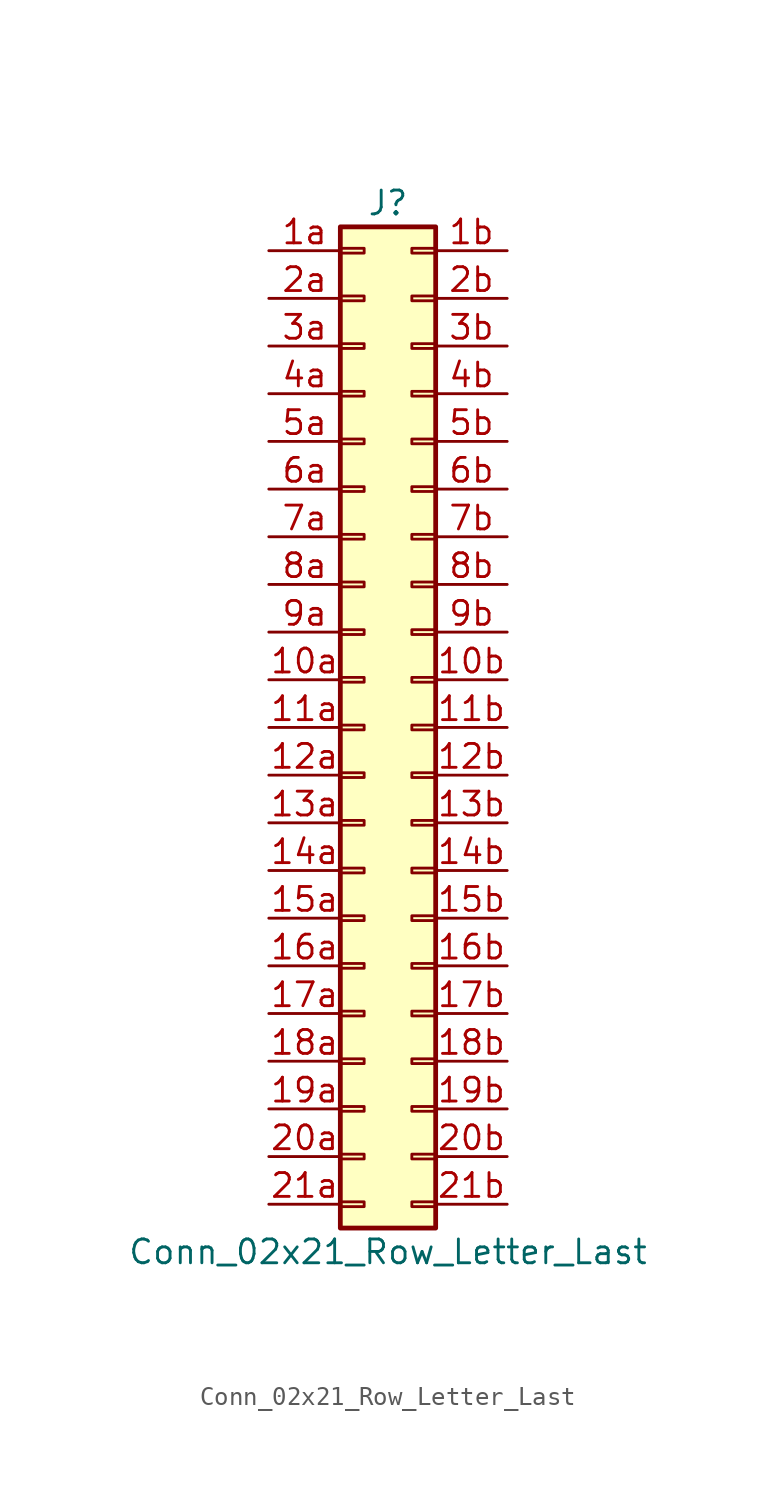
<source format=kicad_sym>
(kicad_symbol_lib
  (version 20201005)
  (generator kicad_symbol_editor)
  (symbol "Conn_02x21_Row_Letter_Last"
    (pin_names
      (offset 1.016) hide)
    (property "Reference" "J"
      (at 1.27 27.94 0)
      (effects (font (size 1.27 1.27))))
    (property "Value" "Conn_02x21_Row_Letter_Last"
      (at 1.27 -27.94 0)
      (effects (font (size 1.27 1.27))))
    (symbol "Conn_02x21_Row_Letter_Last_1_1"
      (rectangle (start -1.27 -25.273) (end 0 -25.527) (stroke (width 0.152)) (fill (type none)))
      (rectangle (start -1.27 -22.733) (end 0 -22.987) (stroke (width 0.152)) (fill (type none)))
      (rectangle (start -1.27 -20.193) (end 0 -20.447) (stroke (width 0.152)) (fill (type none)))
      (rectangle (start -1.27 -17.653) (end 0 -17.907) (stroke (width 0.152)) (fill (type none)))
      (rectangle (start -1.27 -15.113) (end 0 -15.367) (stroke (width 0.152)) (fill (type none)))
      (rectangle (start -1.27 -12.573) (end 0 -12.827) (stroke (width 0.152)) (fill (type none)))
      (rectangle (start -1.27 -10.033) (end 0 -10.287) (stroke (width 0.152)) (fill (type none)))
      (rectangle (start -1.27 -7.493) (end 0 -7.747) (stroke (width 0.152)) (fill (type none)))
      (rectangle (start -1.27 -4.953) (end 0 -5.207) (stroke (width 0.152)) (fill (type none)))
      (rectangle (start -1.27 -2.413) (end 0 -2.667) (stroke (width 0.152)) (fill (type none)))
      (rectangle (start -1.27 0.127) (end 0 -0.127) (stroke (width 0.152)) (fill (type none)))
      (rectangle (start -1.27 2.667) (end 0 2.413) (stroke (width 0.152)) (fill (type none)))
      (rectangle (start -1.27 5.207) (end 0 4.953) (stroke (width 0.152)) (fill (type none)))
      (rectangle (start -1.27 7.747) (end 0 7.493) (stroke (width 0.152)) (fill (type none)))
      (rectangle (start -1.27 10.287) (end 0 10.033) (stroke (width 0.152)) (fill (type none)))
      (rectangle (start -1.27 12.827) (end 0 12.573) (stroke (width 0.152)) (fill (type none)))
      (rectangle (start -1.27 15.367) (end 0 15.113) (stroke (width 0.152)) (fill (type none)))
      (rectangle (start -1.27 17.907) (end 0 17.653) (stroke (width 0.152)) (fill (type none)))
      (rectangle (start -1.27 20.447) (end 0 20.193) (stroke (width 0.152)) (fill (type none)))
      (rectangle (start -1.27 22.987) (end 0 22.733) (stroke (width 0.152)) (fill (type none)))
      (rectangle (start -1.27 25.527) (end 0 25.273) (stroke (width 0.152)) (fill (type none)))
      (rectangle (start 3.81 -25.273) (end 2.54 -25.527) (stroke (width 0.152)) (fill (type none)))
      (rectangle (start 3.81 -22.733) (end 2.54 -22.987) (stroke (width 0.152)) (fill (type none)))
      (rectangle (start 3.81 -20.193) (end 2.54 -20.447) (stroke (width 0.152)) (fill (type none)))
      (rectangle (start 3.81 -17.653) (end 2.54 -17.907) (stroke (width 0.152)) (fill (type none)))
      (rectangle (start 3.81 -15.113) (end 2.54 -15.367) (stroke (width 0.152)) (fill (type none)))
      (rectangle (start 3.81 -12.573) (end 2.54 -12.827) (stroke (width 0.152)) (fill (type none)))
      (rectangle (start 3.81 -10.033) (end 2.54 -10.287) (stroke (width 0.152)) (fill (type none)))
      (rectangle (start 3.81 -7.493) (end 2.54 -7.747) (stroke (width 0.152)) (fill (type none)))
      (rectangle (start 3.81 -4.953) (end 2.54 -5.207) (stroke (width 0.152)) (fill (type none)))
      (rectangle (start 3.81 -2.413) (end 2.54 -2.667) (stroke (width 0.152)) (fill (type none)))
      (rectangle (start 3.81 0.127) (end 2.54 -0.127) (stroke (width 0.152)) (fill (type none)))
      (rectangle (start 3.81 2.667) (end 2.54 2.413) (stroke (width 0.152)) (fill (type none)))
      (rectangle (start 3.81 5.207) (end 2.54 4.953) (stroke (width 0.152)) (fill (type none)))
      (rectangle (start 3.81 7.747) (end 2.54 7.493) (stroke (width 0.152)) (fill (type none)))
      (rectangle (start 3.81 10.287) (end 2.54 10.033) (stroke (width 0.152)) (fill (type none)))
      (rectangle (start 3.81 12.827) (end 2.54 12.573) (stroke (width 0.152)) (fill (type none)))
      (rectangle (start 3.81 15.367) (end 2.54 15.113) (stroke (width 0.152)) (fill (type none)))
      (rectangle (start 3.81 17.907) (end 2.54 17.653) (stroke (width 0.152)) (fill (type none)))
      (rectangle (start 3.81 20.447) (end 2.54 20.193) (stroke (width 0.152)) (fill (type none)))
      (rectangle (start 3.81 22.987) (end 2.54 22.733) (stroke (width 0.152)) (fill (type none)))
      (rectangle (start 3.81 25.527) (end 2.54 25.273) (stroke (width 0.152)) (fill (type none)))
      (rectangle (start -1.27 26.67) (end 3.81 -26.67) (stroke (width 0.254)) (fill (type background)))
      (pin passive line (at -5.08 2.54 0) (length 3.81) (name "Pin_10a" (effects (font (size 1.27 1.27)))) (number "10a" (effects (font (size 1.27 1.27)))))
      (pin passive line (at 7.62 2.54 180) (length 3.81) (name "Pin_10b" (effects (font (size 1.27 1.27)))) (number "10b" (effects (font (size 1.27 1.27)))))
      (pin passive line (at -5.08 0 0) (length 3.81) (name "Pin_11a" (effects (font (size 1.27 1.27)))) (number "11a" (effects (font (size 1.27 1.27)))))
      (pin passive line (at 7.62 0 180) (length 3.81) (name "Pin_11b" (effects (font (size 1.27 1.27)))) (number "11b" (effects (font (size 1.27 1.27)))))
      (pin passive line (at -5.08 -2.54 0) (length 3.81) (name "Pin_12a" (effects (font (size 1.27 1.27)))) (number "12a" (effects (font (size 1.27 1.27)))))
      (pin passive line (at 7.62 -2.54 180) (length 3.81) (name "Pin_12b" (effects (font (size 1.27 1.27)))) (number "12b" (effects (font (size 1.27 1.27)))))
      (pin passive line (at -5.08 -5.08 0) (length 3.81) (name "Pin_13a" (effects (font (size 1.27 1.27)))) (number "13a" (effects (font (size 1.27 1.27)))))
      (pin passive line (at 7.62 -5.08 180) (length 3.81) (name "Pin_13b" (effects (font (size 1.27 1.27)))) (number "13b" (effects (font (size 1.27 1.27)))))
      (pin passive line (at -5.08 -7.62 0) (length 3.81) (name "Pin_14a" (effects (font (size 1.27 1.27)))) (number "14a" (effects (font (size 1.27 1.27)))))
      (pin passive line (at 7.62 -7.62 180) (length 3.81) (name "Pin_14b" (effects (font (size 1.27 1.27)))) (number "14b" (effects (font (size 1.27 1.27)))))
      (pin passive line (at -5.08 -10.16 0) (length 3.81) (name "Pin_15a" (effects (font (size 1.27 1.27)))) (number "15a" (effects (font (size 1.27 1.27)))))
      (pin passive line (at 7.62 -10.16 180) (length 3.81) (name "Pin_15b" (effects (font (size 1.27 1.27)))) (number "15b" (effects (font (size 1.27 1.27)))))
      (pin passive line (at -5.08 -12.7 0) (length 3.81) (name "Pin_16a" (effects (font (size 1.27 1.27)))) (number "16a" (effects (font (size 1.27 1.27)))))
      (pin passive line (at 7.62 -12.7 180) (length 3.81) (name "Pin_16b" (effects (font (size 1.27 1.27)))) (number "16b" (effects (font (size 1.27 1.27)))))
      (pin passive line (at -5.08 -15.24 0) (length 3.81) (name "Pin_17a" (effects (font (size 1.27 1.27)))) (number "17a" (effects (font (size 1.27 1.27)))))
      (pin passive line (at 7.62 -15.24 180) (length 3.81) (name "Pin_17b" (effects (font (size 1.27 1.27)))) (number "17b" (effects (font (size 1.27 1.27)))))
      (pin passive line (at -5.08 -17.78 0) (length 3.81) (name "Pin_18a" (effects (font (size 1.27 1.27)))) (number "18a" (effects (font (size 1.27 1.27)))))
      (pin passive line (at 7.62 -17.78 180) (length 3.81) (name "Pin_18b" (effects (font (size 1.27 1.27)))) (number "18b" (effects (font (size 1.27 1.27)))))
      (pin passive line (at -5.08 -20.32 0) (length 3.81) (name "Pin_19a" (effects (font (size 1.27 1.27)))) (number "19a" (effects (font (size 1.27 1.27)))))
      (pin passive line (at 7.62 -20.32 180) (length 3.81) (name "Pin_19b" (effects (font (size 1.27 1.27)))) (number "19b" (effects (font (size 1.27 1.27)))))
      (pin passive line (at -5.08 25.4 0) (length 3.81) (name "Pin_1a" (effects (font (size 1.27 1.27)))) (number "1a" (effects (font (size 1.27 1.27)))))
      (pin passive line (at 7.62 25.4 180) (length 3.81) (name "Pin_1b" (effects (font (size 1.27 1.27)))) (number "1b" (effects (font (size 1.27 1.27)))))
      (pin passive line (at -5.08 -22.86 0) (length 3.81) (name "Pin_20a" (effects (font (size 1.27 1.27)))) (number "20a" (effects (font (size 1.27 1.27)))))
      (pin passive line (at 7.62 -22.86 180) (length 3.81) (name "Pin_20b" (effects (font (size 1.27 1.27)))) (number "20b" (effects (font (size 1.27 1.27)))))
      (pin passive line (at -5.08 -25.4 0) (length 3.81) (name "Pin_21a" (effects (font (size 1.27 1.27)))) (number "21a" (effects (font (size 1.27 1.27)))))
      (pin passive line (at 7.62 -25.4 180) (length 3.81) (name "Pin_21b" (effects (font (size 1.27 1.27)))) (number "21b" (effects (font (size 1.27 1.27)))))
      (pin passive line (at -5.08 22.86 0) (length 3.81) (name "Pin_2a" (effects (font (size 1.27 1.27)))) (number "2a" (effects (font (size 1.27 1.27)))))
      (pin passive line (at 7.62 22.86 180) (length 3.81) (name "Pin_2b" (effects (font (size 1.27 1.27)))) (number "2b" (effects (font (size 1.27 1.27)))))
      (pin passive line (at -5.08 20.32 0) (length 3.81) (name "Pin_3a" (effects (font (size 1.27 1.27)))) (number "3a" (effects (font (size 1.27 1.27)))))
      (pin passive line (at 7.62 20.32 180) (length 3.81) (name "Pin_3b" (effects (font (size 1.27 1.27)))) (number "3b" (effects (font (size 1.27 1.27)))))
      (pin passive line (at -5.08 17.78 0) (length 3.81) (name "Pin_4a" (effects (font (size 1.27 1.27)))) (number "4a" (effects (font (size 1.27 1.27)))))
      (pin passive line (at 7.62 17.78 180) (length 3.81) (name "Pin_4b" (effects (font (size 1.27 1.27)))) (number "4b" (effects (font (size 1.27 1.27)))))
      (pin passive line (at -5.08 15.24 0) (length 3.81) (name "Pin_5a" (effects (font (size 1.27 1.27)))) (number "5a" (effects (font (size 1.27 1.27)))))
      (pin passive line (at 7.62 15.24 180) (length 3.81) (name "Pin_5b" (effects (font (size 1.27 1.27)))) (number "5b" (effects (font (size 1.27 1.27)))))
      (pin passive line (at -5.08 12.7 0) (length 3.81) (name "Pin_6a" (effects (font (size 1.27 1.27)))) (number "6a" (effects (font (size 1.27 1.27)))))
      (pin passive line (at 7.62 12.7 180) (length 3.81) (name "Pin_6b" (effects (font (size 1.27 1.27)))) (number "6b" (effects (font (size 1.27 1.27)))))
      (pin passive line (at -5.08 10.16 0) (length 3.81) (name "Pin_7a" (effects (font (size 1.27 1.27)))) (number "7a" (effects (font (size 1.27 1.27)))))
      (pin passive line (at 7.62 10.16 180) (length 3.81) (name "Pin_7b" (effects (font (size 1.27 1.27)))) (number "7b" (effects (font (size 1.27 1.27)))))
      (pin passive line (at -5.08 7.62 0) (length 3.81) (name "Pin_8a" (effects (font (size 1.27 1.27)))) (number "8a" (effects (font (size 1.27 1.27)))))
      (pin passive line (at 7.62 7.62 180) (length 3.81) (name "Pin_8b" (effects (font (size 1.27 1.27)))) (number "8b" (effects (font (size 1.27 1.27)))))
      (pin passive line (at -5.08 5.08 0) (length 3.81) (name "Pin_9a" (effects (font (size 1.27 1.27)))) (number "9a" (effects (font (size 1.27 1.27)))))
      (pin passive line (at 7.62 5.08 180) (length 3.81) (name "Pin_9b" (effects (font (size 1.27 1.27)))) (number "9b" (effects (font (size 1.27 1.27))))))))
</source>
